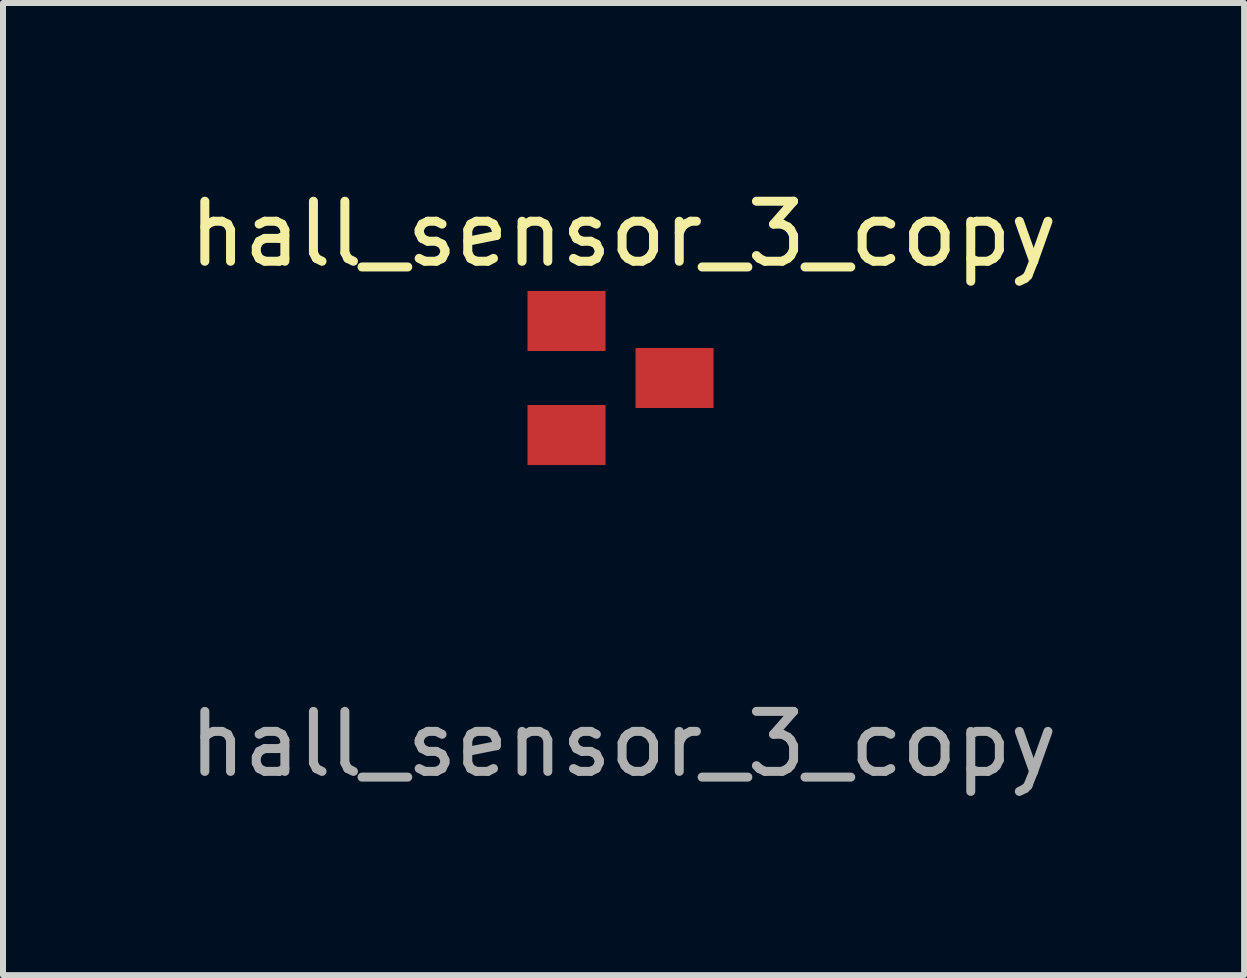
<source format=kicad_pcb>
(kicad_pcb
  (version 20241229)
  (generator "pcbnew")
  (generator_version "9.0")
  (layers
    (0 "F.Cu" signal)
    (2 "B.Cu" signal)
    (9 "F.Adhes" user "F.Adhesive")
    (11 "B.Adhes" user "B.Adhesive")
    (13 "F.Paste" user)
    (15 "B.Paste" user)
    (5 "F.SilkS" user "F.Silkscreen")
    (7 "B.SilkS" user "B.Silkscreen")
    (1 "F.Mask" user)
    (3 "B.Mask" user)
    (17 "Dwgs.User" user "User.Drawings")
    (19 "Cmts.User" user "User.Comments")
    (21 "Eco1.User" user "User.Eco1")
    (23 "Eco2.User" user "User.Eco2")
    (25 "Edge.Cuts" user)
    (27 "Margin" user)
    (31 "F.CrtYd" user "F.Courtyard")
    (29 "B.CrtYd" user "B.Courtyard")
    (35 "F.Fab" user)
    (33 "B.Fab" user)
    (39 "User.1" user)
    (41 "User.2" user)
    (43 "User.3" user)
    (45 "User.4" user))
  (footprint "hall_sensor_3_copy"
    (layer "F.Cu")
    (at 7.339 3.448)
    (property "Reference" "hall_sensor_3_copy" (at 0 -2.6 0) (unlocked yes) (layer "F.SilkS") (effects (font (size 1 1) (thickness 0.15))))
    (attr through_hole)
    (fp_text user "${REFERENCE}" (at 0 5.9 0) (unlocked yes) (layer "F.Fab") (effects (font (size 1 1) (thickness 0.15))))
    (pad "1" smd rect (at -0.95 -1.15) (size 1.3 1) (layers "F.Cu" "F.Mask" "F.Paste"))
    (pad "2" smd rect (at -0.95 0.75) (size 1.3 1) (layers "F.Cu" "F.Mask" "F.Paste"))
    (pad "3" smd rect (at 0.85 -0.2) (size 1.3 1) (layers "F.Cu" "F.Mask" "F.Paste")))
  (gr_rect
    (start -3 -3)
    (end 17.679 13.197)
    (stroke (width 0.1) (type default))
    (fill no)
    (layer "Edge.Cuts")))
</source>
